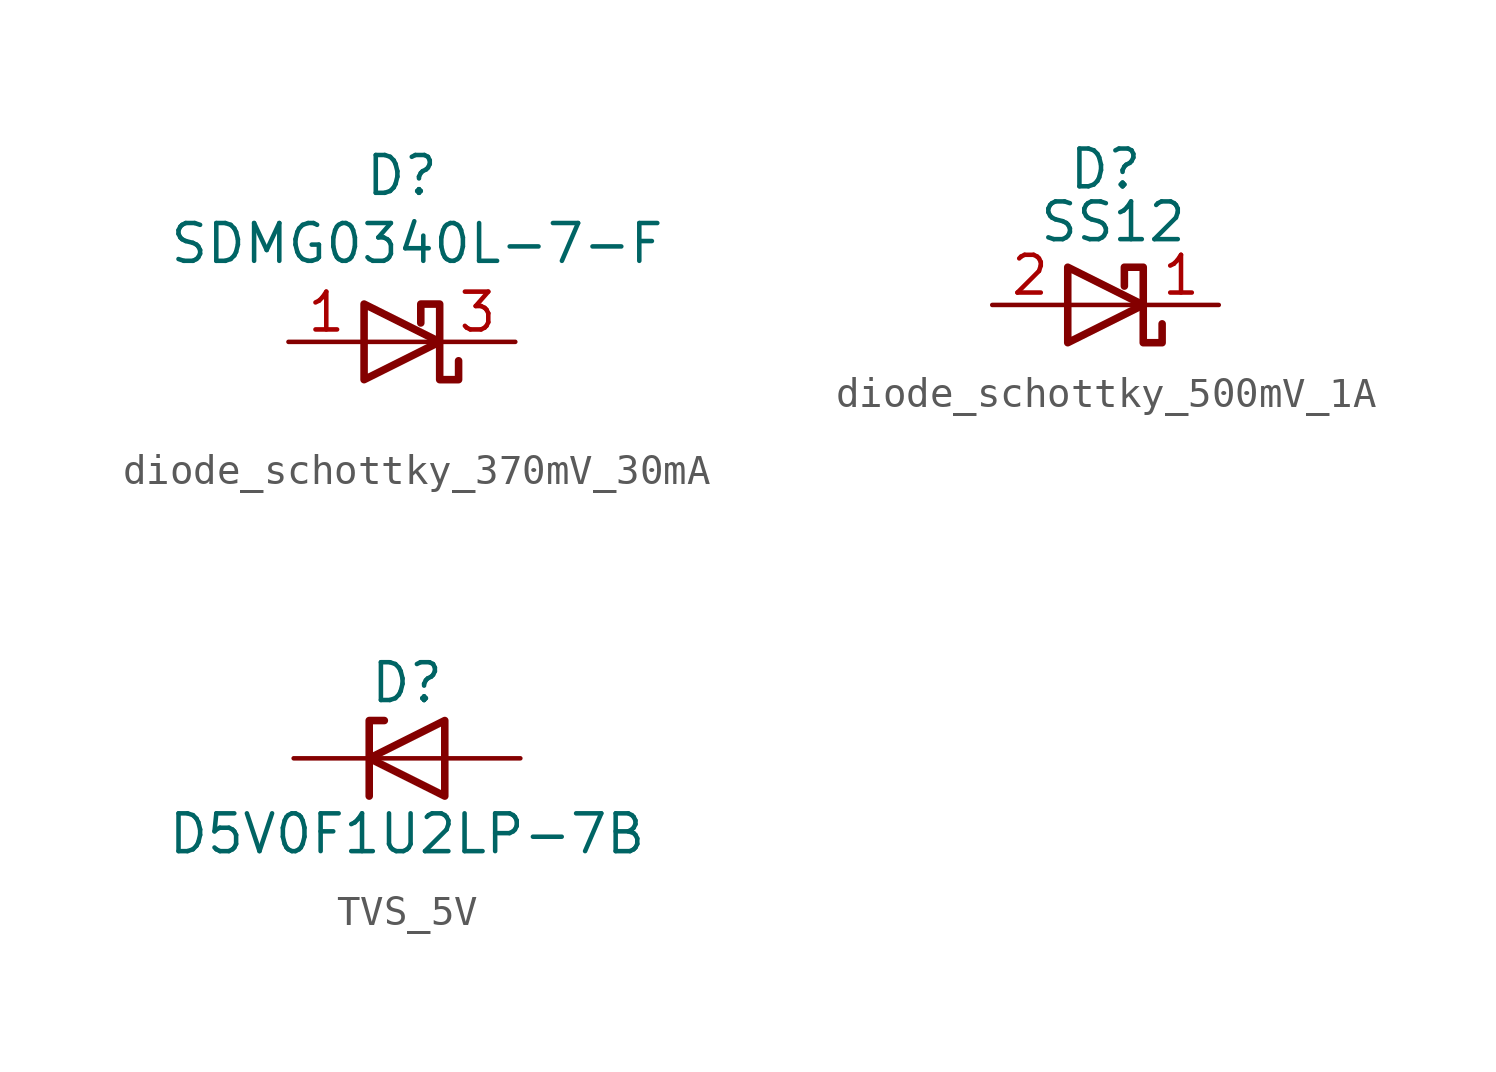
<source format=kicad_sym>
(kicad_symbol_lib
  (version 20241209)
  (generator "kicad_symbol_editor")
  (generator_version "9.0")
  (symbol "diode_schottky_370mV_30mA"
    (property "Reference" "D"
      (at 0 5.588 0)
      (effects (font (size 1.27 1.27))))
    (property "Value" "SDMG0340L-7-F"
      (at 0.508 3.302 0)
      (effects (font (size 1.27 1.27))))
    (symbol "diode_schottky_370mV_30mA_0_1"
      (polyline (pts (xy -1.27 0) (xy 1.27 0)) (stroke (width 0) (type default)) (fill (type none)))
      (polyline (pts (xy -1.27 -1.27) (xy -1.27 1.27) (xy 1.27 0) (xy -1.27 -1.27)) (stroke (width 0.254) (type default)) (fill (type none)))
      (polyline (pts (xy 1.905 -0.635) (xy 1.905 -1.27) (xy 1.27 -1.27) (xy 1.27 1.27) (xy 0.635 1.27) (xy 0.635 0.635)) (stroke (width 0.254) (type default)) (fill (type none))))
    (symbol "diode_schottky_370mV_30mA_1_1"
      (pin passive line (at -3.81 0 0) (length 2.54) (name "" (effects (font (size 1.27 1.27)))) (number "1" (effects (font (size 1.27 1.27)))))
      (pin no_connect line (at 0 -2.54 90) (length 2.54) (hide yes) (name "" (effects (font (size 1.27 1.27)))) (number "2" (effects (font (size 1.27 1.27)))))
      (pin passive line (at 3.81 0 180) (length 2.54) (name "" (effects (font (size 1.27 1.27)))) (number "3" (effects (font (size 1.27 1.27)))))))
  (symbol "diode_schottky_500mV_1A"
    (property "Reference" "D"
      (at 0 4.572 0)
      (effects (font (size 1.27 1.27))))
    (property "Value" "SS12"
      (at 0.254 2.794 0)
      (effects (font (size 1.27 1.27))))
    (symbol "diode_schottky_500mV_1A_0_1"
      (polyline (pts (xy -1.27 0) (xy 1.27 0)) (stroke (width 0) (type default)) (fill (type none)))
      (polyline (pts (xy -1.27 -1.27) (xy -1.27 1.27) (xy 1.27 0) (xy -1.27 -1.27)) (stroke (width 0.254) (type default)) (fill (type none)))
      (polyline (pts (xy 1.905 -0.635) (xy 1.905 -1.27) (xy 1.27 -1.27) (xy 1.27 1.27) (xy 0.635 1.27) (xy 0.635 0.635)) (stroke (width 0.254) (type default)) (fill (type none))))
    (symbol "diode_schottky_500mV_1A_1_1"
      (pin passive line (at -3.81 0 0) (length 2.54) (name "" (effects (font (size 1.27 1.27)))) (number "2" (effects (font (size 1.27 1.27)))))
      (pin passive line (at 3.81 0 180) (length 2.54) (name "" (effects (font (size 1.27 1.27)))) (number "1" (effects (font (size 1.27 1.27)))))))
  (symbol "TVS_5V"
    (pin_numbers
      (hide yes))
    (pin_names
      (hide yes))
    (property "Reference" "D"
      (at 0 2.54 0)
      (effects (font (size 1.27 1.27))))
    (property "Value" "D5V0F1U2LP-7B"
      (at 0 -2.54 0)
      (effects (font (size 1.27 1.27))))
    (symbol "TVS_5V_0_1"
      (polyline (pts (xy -1.27 -1.27) (xy -1.27 1.27) (xy -0.762 1.27)) (stroke (width 0.254) (type default)) (fill (type none)))
      (polyline (pts (xy 1.27 0) (xy -1.27 0)) (stroke (width 0) (type default)) (fill (type none)))
      (polyline (pts (xy 1.27 -1.27) (xy 1.27 1.27) (xy -1.27 0) (xy 1.27 -1.27)) (stroke (width 0.254) (type default)) (fill (type none))))
    (symbol "TVS_5V_1_1"
      (pin passive line (at -3.81 0 0) (length 2.54) (name "K" (effects (font (size 1.27 1.27)))) (number "1" (effects (font (size 1.27 1.27)))))
      (pin passive line (at 3.81 0 180) (length 2.54) (name "A" (effects (font (size 1.27 1.27)))) (number "2" (effects (font (size 1.27 1.27))))))))
</source>
